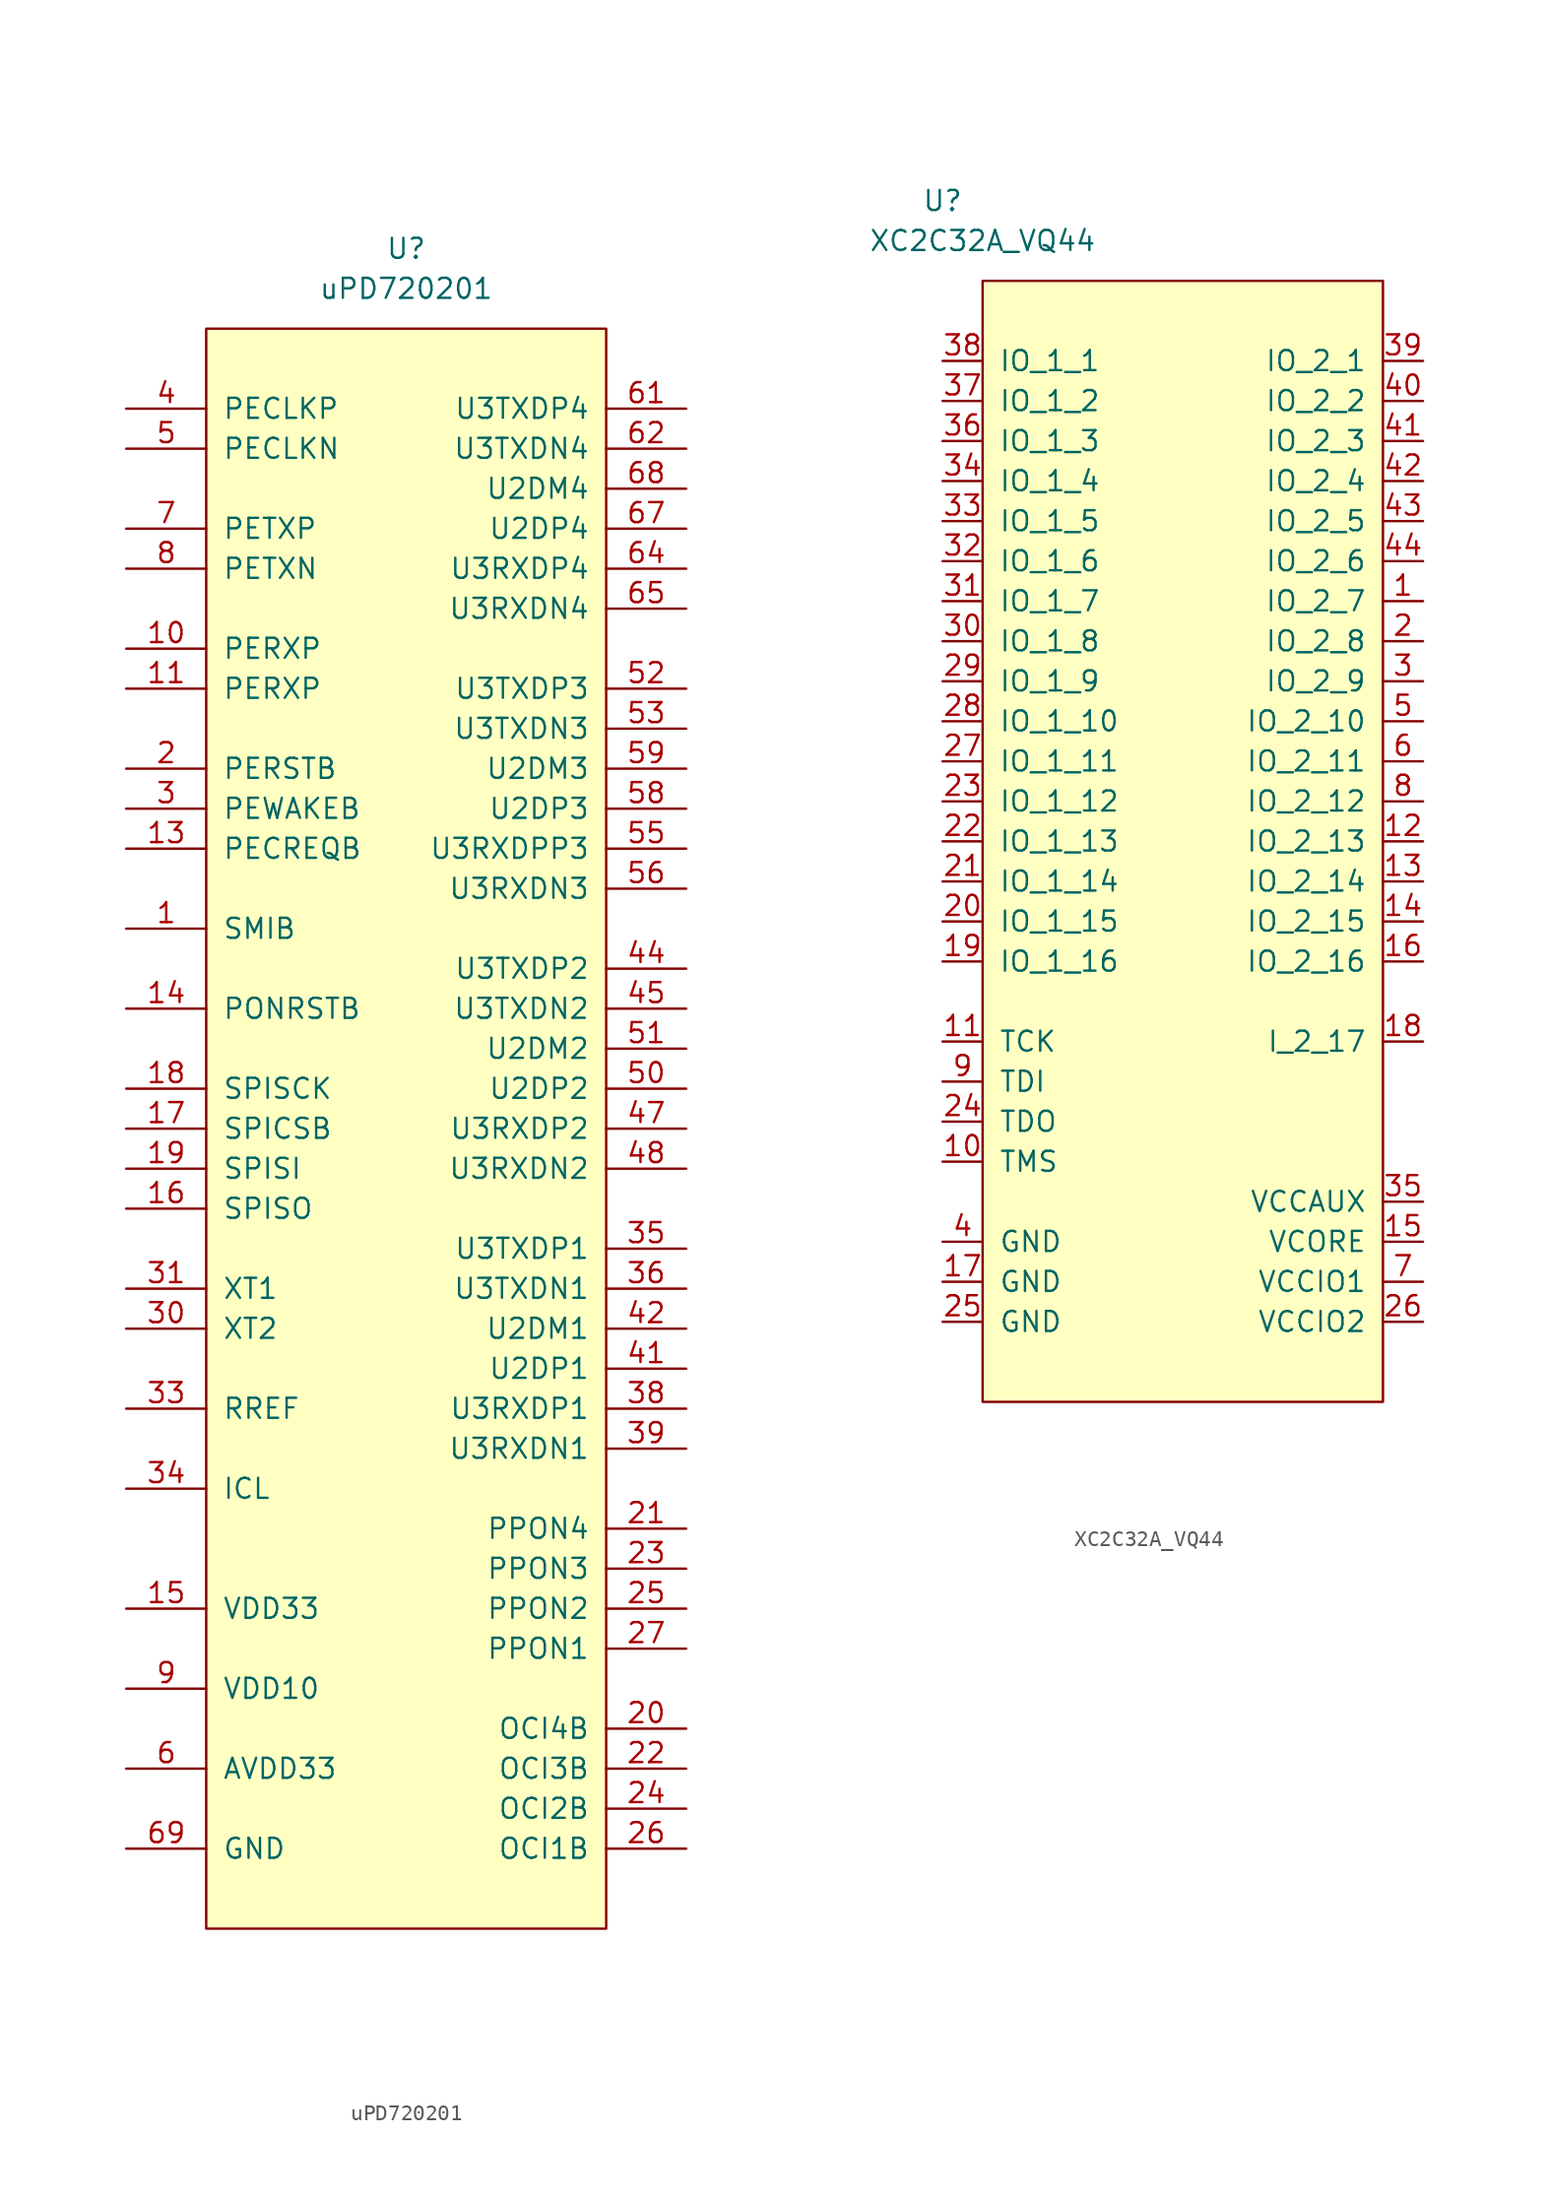
<source format=kicad_sym>
(kicad_symbol_lib
  (version 20231120)
  (generator "kicad_symbol_editor")
  (generator_version "8.0")
  (symbol "uPD720201"
    (pin_names
      (offset 1.016))
    (property "Reference" "U"
      (at 0 0 0)
      (effects (font (size 1.27 1.27))))
    (property "Value" "uPD720201"
      (at 0 -2.54 0)
      (effects (font (size 1.27 1.27))))
    (symbol "uPD720201_0_1"
      (rectangle (start -12.7 -5.08) (end 12.7 -106.68) (stroke (width 0) (type default)) (fill (type background))))
    (symbol "uPD720201_1_1"
      (pin output line (at -17.78 -43.18 0) (length 5.08) (name "SMIB" (effects (font (size 1.27 1.27)))) (number "1" (effects (font (size 1.27 1.27)))))
      (pin input line (at -17.78 -25.4 0) (length 5.08) (name "PERXP" (effects (font (size 1.27 1.27)))) (number "10" (effects (font (size 1.27 1.27)))))
      (pin input line (at -17.78 -27.94 0) (length 5.08) (name "PERXP" (effects (font (size 1.27 1.27)))) (number "11" (effects (font (size 1.27 1.27)))))
      (pin power_in line (at -17.78 -91.44 0) (length 5.08) hide (name "VDD10" (effects (font (size 1.27 1.27)))) (number "12" (effects (font (size 1.27 1.27)))))
      (pin output line (at -17.78 -38.1 0) (length 5.08) (name "PECREQB" (effects (font (size 1.27 1.27)))) (number "13" (effects (font (size 1.27 1.27)))))
      (pin input line (at -17.78 -48.26 0) (length 5.08) (name "PONRSTB" (effects (font (size 1.27 1.27)))) (number "14" (effects (font (size 1.27 1.27)))))
      (pin power_in line (at -17.78 -86.36 0) (length 5.08) (name "VDD33" (effects (font (size 1.27 1.27)))) (number "15" (effects (font (size 1.27 1.27)))))
      (pin input line (at -17.78 -60.96 0) (length 5.08) (name "SPISO" (effects (font (size 1.27 1.27)))) (number "16" (effects (font (size 1.27 1.27)))))
      (pin output line (at -17.78 -55.88 0) (length 5.08) (name "SPICSB" (effects (font (size 1.27 1.27)))) (number "17" (effects (font (size 1.27 1.27)))))
      (pin output line (at -17.78 -53.34 0) (length 5.08) (name "SPISCK" (effects (font (size 1.27 1.27)))) (number "18" (effects (font (size 1.27 1.27)))))
      (pin output line (at -17.78 -58.42 0) (length 5.08) (name "SPISI" (effects (font (size 1.27 1.27)))) (number "19" (effects (font (size 1.27 1.27)))))
      (pin input line (at -17.78 -33.02 0) (length 5.08) (name "PERSTB" (effects (font (size 1.27 1.27)))) (number "2" (effects (font (size 1.27 1.27)))))
      (pin input line (at 17.78 -93.98 180) (length 5.08) (name "OCI4B" (effects (font (size 1.27 1.27)))) (number "20" (effects (font (size 1.27 1.27)))))
      (pin output line (at 17.78 -81.28 180) (length 5.08) (name "PPON4" (effects (font (size 1.27 1.27)))) (number "21" (effects (font (size 1.27 1.27)))))
      (pin input line (at 17.78 -96.52 180) (length 5.08) (name "OCI3B" (effects (font (size 1.27 1.27)))) (number "22" (effects (font (size 1.27 1.27)))))
      (pin output line (at 17.78 -83.82 180) (length 5.08) (name "PPON3" (effects (font (size 1.27 1.27)))) (number "23" (effects (font (size 1.27 1.27)))))
      (pin input line (at 17.78 -99.06 180) (length 5.08) (name "OCI2B" (effects (font (size 1.27 1.27)))) (number "24" (effects (font (size 1.27 1.27)))))
      (pin output line (at 17.78 -86.36 180) (length 5.08) (name "PPON2" (effects (font (size 1.27 1.27)))) (number "25" (effects (font (size 1.27 1.27)))))
      (pin input line (at 17.78 -101.6 180) (length 5.08) (name "OCI1B" (effects (font (size 1.27 1.27)))) (number "26" (effects (font (size 1.27 1.27)))))
      (pin output line (at 17.78 -88.9 180) (length 5.08) (name "PPON1" (effects (font (size 1.27 1.27)))) (number "27" (effects (font (size 1.27 1.27)))))
      (pin power_in line (at -17.78 -91.44 0) (length 5.08) hide (name "VDD10" (effects (font (size 1.27 1.27)))) (number "28" (effects (font (size 1.27 1.27)))))
      (pin power_in line (at -17.78 -86.36 0) (length 5.08) hide (name "VDD33" (effects (font (size 1.27 1.27)))) (number "29" (effects (font (size 1.27 1.27)))))
      (pin input line (at -17.78 -35.56 0) (length 5.08) (name "PEWAKEB" (effects (font (size 1.27 1.27)))) (number "3" (effects (font (size 1.27 1.27)))))
      (pin output line (at -17.78 -68.58 0) (length 5.08) (name "XT2" (effects (font (size 1.27 1.27)))) (number "30" (effects (font (size 1.27 1.27)))))
      (pin input line (at -17.78 -66.04 0) (length 5.08) (name "XT1" (effects (font (size 1.27 1.27)))) (number "31" (effects (font (size 1.27 1.27)))))
      (pin power_in line (at -17.78 -96.52 0) (length 5.08) hide (name "AVDD33" (effects (font (size 1.27 1.27)))) (number "32" (effects (font (size 1.27 1.27)))))
      (pin bidirectional line (at -17.78 -73.66 0) (length 5.08) (name "RREF" (effects (font (size 1.27 1.27)))) (number "33" (effects (font (size 1.27 1.27)))))
      (pin input line (at -17.78 -78.74 0) (length 5.08) (name "ICL" (effects (font (size 1.27 1.27)))) (number "34" (effects (font (size 1.27 1.27)))))
      (pin output line (at 17.78 -63.5 180) (length 5.08) (name "U3TXDP1" (effects (font (size 1.27 1.27)))) (number "35" (effects (font (size 1.27 1.27)))))
      (pin output line (at 17.78 -66.04 180) (length 5.08) (name "U3TXDN1" (effects (font (size 1.27 1.27)))) (number "36" (effects (font (size 1.27 1.27)))))
      (pin power_in line (at -17.78 -91.44 0) (length 5.08) hide (name "VDD10" (effects (font (size 1.27 1.27)))) (number "37" (effects (font (size 1.27 1.27)))))
      (pin input line (at 17.78 -73.66 180) (length 5.08) (name "U3RXDP1" (effects (font (size 1.27 1.27)))) (number "38" (effects (font (size 1.27 1.27)))))
      (pin input line (at 17.78 -76.2 180) (length 5.08) (name "U3RXDN1" (effects (font (size 1.27 1.27)))) (number "39" (effects (font (size 1.27 1.27)))))
      (pin input line (at -17.78 -10.16 0) (length 5.08) (name "PECLKP" (effects (font (size 1.27 1.27)))) (number "4" (effects (font (size 1.27 1.27)))))
      (pin power_in line (at -17.78 -86.36 0) (length 5.08) hide (name "VDD33" (effects (font (size 1.27 1.27)))) (number "40" (effects (font (size 1.27 1.27)))))
      (pin bidirectional line (at 17.78 -71.12 180) (length 5.08) (name "U2DP1" (effects (font (size 1.27 1.27)))) (number "41" (effects (font (size 1.27 1.27)))))
      (pin bidirectional line (at 17.78 -68.58 180) (length 5.08) (name "U2DM1" (effects (font (size 1.27 1.27)))) (number "42" (effects (font (size 1.27 1.27)))))
      (pin power_in line (at -17.78 -91.44 0) (length 5.08) hide (name "VDD10" (effects (font (size 1.27 1.27)))) (number "43" (effects (font (size 1.27 1.27)))))
      (pin output line (at 17.78 -45.72 180) (length 5.08) (name "U3TXDP2" (effects (font (size 1.27 1.27)))) (number "44" (effects (font (size 1.27 1.27)))))
      (pin output line (at 17.78 -48.26 180) (length 5.08) (name "U3TXDN2" (effects (font (size 1.27 1.27)))) (number "45" (effects (font (size 1.27 1.27)))))
      (pin power_in line (at -17.78 -91.44 0) (length 5.08) hide (name "VDD10" (effects (font (size 1.27 1.27)))) (number "46" (effects (font (size 1.27 1.27)))))
      (pin input line (at 17.78 -55.88 180) (length 5.08) (name "U3RXDP2" (effects (font (size 1.27 1.27)))) (number "47" (effects (font (size 1.27 1.27)))))
      (pin input line (at 17.78 -58.42 180) (length 5.08) (name "U3RXDN2" (effects (font (size 1.27 1.27)))) (number "48" (effects (font (size 1.27 1.27)))))
      (pin power_in line (at -17.78 -86.36 0) (length 5.08) hide (name "VDD33" (effects (font (size 1.27 1.27)))) (number "49" (effects (font (size 1.27 1.27)))))
      (pin input line (at -17.78 -12.7 0) (length 5.08) (name "PECLKN" (effects (font (size 1.27 1.27)))) (number "5" (effects (font (size 1.27 1.27)))))
      (pin bidirectional line (at 17.78 -53.34 180) (length 5.08) (name "U2DP2" (effects (font (size 1.27 1.27)))) (number "50" (effects (font (size 1.27 1.27)))))
      (pin bidirectional line (at 17.78 -50.8 180) (length 5.08) (name "U2DM2" (effects (font (size 1.27 1.27)))) (number "51" (effects (font (size 1.27 1.27)))))
      (pin output line (at 17.78 -27.94 180) (length 5.08) (name "U3TXDP3" (effects (font (size 1.27 1.27)))) (number "52" (effects (font (size 1.27 1.27)))))
      (pin output line (at 17.78 -30.48 180) (length 5.08) (name "U3TXDN3" (effects (font (size 1.27 1.27)))) (number "53" (effects (font (size 1.27 1.27)))))
      (pin power_in line (at -17.78 -91.44 0) (length 5.08) hide (name "VDD10" (effects (font (size 1.27 1.27)))) (number "54" (effects (font (size 1.27 1.27)))))
      (pin input line (at 17.78 -38.1 180) (length 5.08) (name "U3RXDPP3" (effects (font (size 1.27 1.27)))) (number "55" (effects (font (size 1.27 1.27)))))
      (pin input line (at 17.78 -40.64 180) (length 5.08) (name "U3RXDN3" (effects (font (size 1.27 1.27)))) (number "56" (effects (font (size 1.27 1.27)))))
      (pin power_in line (at -17.78 -86.36 0) (length 5.08) hide (name "VDD33" (effects (font (size 1.27 1.27)))) (number "57" (effects (font (size 1.27 1.27)))))
      (pin bidirectional line (at 17.78 -35.56 180) (length 5.08) (name "U2DP3" (effects (font (size 1.27 1.27)))) (number "58" (effects (font (size 1.27 1.27)))))
      (pin bidirectional line (at 17.78 -33.02 180) (length 5.08) (name "U2DM3" (effects (font (size 1.27 1.27)))) (number "59" (effects (font (size 1.27 1.27)))))
      (pin power_in line (at -17.78 -96.52 0) (length 5.08) (name "AVDD33" (effects (font (size 1.27 1.27)))) (number "6" (effects (font (size 1.27 1.27)))))
      (pin power_in line (at -17.78 -91.44 0) (length 5.08) hide (name "VDD10" (effects (font (size 1.27 1.27)))) (number "60" (effects (font (size 1.27 1.27)))))
      (pin output line (at 17.78 -10.16 180) (length 5.08) (name "U3TXDP4" (effects (font (size 1.27 1.27)))) (number "61" (effects (font (size 1.27 1.27)))))
      (pin output line (at 17.78 -12.7 180) (length 5.08) (name "U3TXDN4" (effects (font (size 1.27 1.27)))) (number "62" (effects (font (size 1.27 1.27)))))
      (pin power_in line (at -17.78 -91.44 0) (length 5.08) hide (name "VDD10" (effects (font (size 1.27 1.27)))) (number "63" (effects (font (size 1.27 1.27)))))
      (pin input line (at 17.78 -20.32 180) (length 5.08) (name "U3RXDP4" (effects (font (size 1.27 1.27)))) (number "64" (effects (font (size 1.27 1.27)))))
      (pin input line (at 17.78 -22.86 180) (length 5.08) (name "U3RXDN4" (effects (font (size 1.27 1.27)))) (number "65" (effects (font (size 1.27 1.27)))))
      (pin power_in line (at -17.78 -86.36 0) (length 5.08) hide (name "VDD33" (effects (font (size 1.27 1.27)))) (number "66" (effects (font (size 1.27 1.27)))))
      (pin bidirectional line (at 17.78 -17.78 180) (length 5.08) (name "U2DP4" (effects (font (size 1.27 1.27)))) (number "67" (effects (font (size 1.27 1.27)))))
      (pin bidirectional line (at 17.78 -15.24 180) (length 5.08) (name "U2DM4" (effects (font (size 1.27 1.27)))) (number "68" (effects (font (size 1.27 1.27)))))
      (pin power_in line (at -17.78 -101.6 0) (length 5.08) (name "GND" (effects (font (size 1.27 1.27)))) (number "69" (effects (font (size 1.27 1.27)))))
      (pin output line (at -17.78 -17.78 0) (length 5.08) (name "PETXP" (effects (font (size 1.27 1.27)))) (number "7" (effects (font (size 1.27 1.27)))))
      (pin output line (at -17.78 -20.32 0) (length 5.08) (name "PETXN" (effects (font (size 1.27 1.27)))) (number "8" (effects (font (size 1.27 1.27)))))
      (pin power_in line (at -17.78 -91.44 0) (length 5.08) (name "VDD10" (effects (font (size 1.27 1.27)))) (number "9" (effects (font (size 1.27 1.27)))))))
  (symbol "XC2C32A_VQ44"
    (pin_names
      (offset 1.016))
    (property "Reference" "U"
      (at -15.24 38.1 0)
      (effects (font (size 1.27 1.27))))
    (property "Value" "XC2C32A_VQ44"
      (at -12.7 35.56 0)
      (effects (font (size 1.27 1.27))))
    (symbol "XC2C32A_VQ44_0_1"
      (rectangle (start -12.7 33.02) (end 12.7 -38.1) (stroke (width 0) (type default)) (fill (type background))))
    (symbol "XC2C32A_VQ44_1_1"
      (pin bidirectional line (at 15.24 12.7 180) (length 2.54) (name "IO_2_7" (effects (font (size 1.27 1.27)))) (number "1" (effects (font (size 1.27 1.27)))))
      (pin input line (at -15.24 -22.86 0) (length 2.54) (name "TMS" (effects (font (size 1.27 1.27)))) (number "10" (effects (font (size 1.27 1.27)))))
      (pin input line (at -15.24 -15.24 0) (length 2.54) (name "TCK" (effects (font (size 1.27 1.27)))) (number "11" (effects (font (size 1.27 1.27)))))
      (pin bidirectional line (at 15.24 -2.54 180) (length 2.54) (name "IO_2_13" (effects (font (size 1.27 1.27)))) (number "12" (effects (font (size 1.27 1.27)))))
      (pin bidirectional line (at 15.24 -5.08 180) (length 2.54) (name "IO_2_14" (effects (font (size 1.27 1.27)))) (number "13" (effects (font (size 1.27 1.27)))))
      (pin bidirectional line (at 15.24 -7.62 180) (length 2.54) (name "IO_2_15" (effects (font (size 1.27 1.27)))) (number "14" (effects (font (size 1.27 1.27)))))
      (pin power_in line (at 15.24 -27.94 180) (length 2.54) (name "VCORE" (effects (font (size 1.27 1.27)))) (number "15" (effects (font (size 1.27 1.27)))))
      (pin bidirectional line (at 15.24 -10.16 180) (length 2.54) (name "IO_2_16" (effects (font (size 1.27 1.27)))) (number "16" (effects (font (size 1.27 1.27)))))
      (pin power_in line (at -15.24 -30.48 0) (length 2.54) (name "GND" (effects (font (size 1.27 1.27)))) (number "17" (effects (font (size 1.27 1.27)))))
      (pin input line (at 15.24 -15.24 180) (length 2.54) (name "I_2_17" (effects (font (size 1.27 1.27)))) (number "18" (effects (font (size 1.27 1.27)))))
      (pin bidirectional line (at -15.24 -10.16 0) (length 2.54) (name "IO_1_16" (effects (font (size 1.27 1.27)))) (number "19" (effects (font (size 1.27 1.27)))))
      (pin bidirectional line (at 15.24 10.16 180) (length 2.54) (name "IO_2_8" (effects (font (size 1.27 1.27)))) (number "2" (effects (font (size 1.27 1.27)))))
      (pin bidirectional line (at -15.24 -7.62 0) (length 2.54) (name "IO_1_15" (effects (font (size 1.27 1.27)))) (number "20" (effects (font (size 1.27 1.27)))))
      (pin bidirectional line (at -15.24 -5.08 0) (length 2.54) (name "IO_1_14" (effects (font (size 1.27 1.27)))) (number "21" (effects (font (size 1.27 1.27)))))
      (pin bidirectional line (at -15.24 -2.54 0) (length 2.54) (name "IO_1_13" (effects (font (size 1.27 1.27)))) (number "22" (effects (font (size 1.27 1.27)))))
      (pin bidirectional line (at -15.24 0 0) (length 2.54) (name "IO_1_12" (effects (font (size 1.27 1.27)))) (number "23" (effects (font (size 1.27 1.27)))))
      (pin output line (at -15.24 -20.32 0) (length 2.54) (name "TDO" (effects (font (size 1.27 1.27)))) (number "24" (effects (font (size 1.27 1.27)))))
      (pin power_in line (at -15.24 -33.02 0) (length 2.54) (name "GND" (effects (font (size 1.27 1.27)))) (number "25" (effects (font (size 1.27 1.27)))))
      (pin power_in line (at 15.24 -33.02 180) (length 2.54) (name "VCCIO2" (effects (font (size 1.27 1.27)))) (number "26" (effects (font (size 1.27 1.27)))))
      (pin bidirectional line (at -15.24 2.54 0) (length 2.54) (name "IO_1_11" (effects (font (size 1.27 1.27)))) (number "27" (effects (font (size 1.27 1.27)))))
      (pin bidirectional line (at -15.24 5.08 0) (length 2.54) (name "IO_1_10" (effects (font (size 1.27 1.27)))) (number "28" (effects (font (size 1.27 1.27)))))
      (pin bidirectional line (at -15.24 7.62 0) (length 2.54) (name "IO_1_9" (effects (font (size 1.27 1.27)))) (number "29" (effects (font (size 1.27 1.27)))))
      (pin bidirectional line (at 15.24 7.62 180) (length 2.54) (name "IO_2_9" (effects (font (size 1.27 1.27)))) (number "3" (effects (font (size 1.27 1.27)))))
      (pin bidirectional line (at -15.24 10.16 0) (length 2.54) (name "IO_1_8" (effects (font (size 1.27 1.27)))) (number "30" (effects (font (size 1.27 1.27)))))
      (pin bidirectional line (at -15.24 12.7 0) (length 2.54) (name "IO_1_7" (effects (font (size 1.27 1.27)))) (number "31" (effects (font (size 1.27 1.27)))))
      (pin bidirectional line (at -15.24 15.24 0) (length 2.54) (name "IO_1_6" (effects (font (size 1.27 1.27)))) (number "32" (effects (font (size 1.27 1.27)))))
      (pin bidirectional line (at -15.24 17.78 0) (length 2.54) (name "IO_1_5" (effects (font (size 1.27 1.27)))) (number "33" (effects (font (size 1.27 1.27)))))
      (pin bidirectional line (at -15.24 20.32 0) (length 2.54) (name "IO_1_4" (effects (font (size 1.27 1.27)))) (number "34" (effects (font (size 1.27 1.27)))))
      (pin power_in line (at 15.24 -25.4 180) (length 2.54) (name "VCCAUX" (effects (font (size 1.27 1.27)))) (number "35" (effects (font (size 1.27 1.27)))))
      (pin bidirectional line (at -15.24 22.86 0) (length 2.54) (name "IO_1_3" (effects (font (size 1.27 1.27)))) (number "36" (effects (font (size 1.27 1.27)))))
      (pin bidirectional line (at -15.24 25.4 0) (length 2.54) (name "IO_1_2" (effects (font (size 1.27 1.27)))) (number "37" (effects (font (size 1.27 1.27)))))
      (pin bidirectional line (at -15.24 27.94 0) (length 2.54) (name "IO_1_1" (effects (font (size 1.27 1.27)))) (number "38" (effects (font (size 1.27 1.27)))))
      (pin bidirectional line (at 15.24 27.94 180) (length 2.54) (name "IO_2_1" (effects (font (size 1.27 1.27)))) (number "39" (effects (font (size 1.27 1.27)))))
      (pin power_in line (at -15.24 -27.94 0) (length 2.54) (name "GND" (effects (font (size 1.27 1.27)))) (number "4" (effects (font (size 1.27 1.27)))))
      (pin bidirectional line (at 15.24 25.4 180) (length 2.54) (name "IO_2_2" (effects (font (size 1.27 1.27)))) (number "40" (effects (font (size 1.27 1.27)))))
      (pin bidirectional line (at 15.24 22.86 180) (length 2.54) (name "IO_2_3" (effects (font (size 1.27 1.27)))) (number "41" (effects (font (size 1.27 1.27)))))
      (pin bidirectional line (at 15.24 20.32 180) (length 2.54) (name "IO_2_4" (effects (font (size 1.27 1.27)))) (number "42" (effects (font (size 1.27 1.27)))))
      (pin bidirectional line (at 15.24 17.78 180) (length 2.54) (name "IO_2_5" (effects (font (size 1.27 1.27)))) (number "43" (effects (font (size 1.27 1.27)))))
      (pin bidirectional line (at 15.24 15.24 180) (length 2.54) (name "IO_2_6" (effects (font (size 1.27 1.27)))) (number "44" (effects (font (size 1.27 1.27)))))
      (pin bidirectional line (at 15.24 5.08 180) (length 2.54) (name "IO_2_10" (effects (font (size 1.27 1.27)))) (number "5" (effects (font (size 1.27 1.27)))))
      (pin bidirectional line (at 15.24 2.54 180) (length 2.54) (name "IO_2_11" (effects (font (size 1.27 1.27)))) (number "6" (effects (font (size 1.27 1.27)))))
      (pin power_in line (at 15.24 -30.48 180) (length 2.54) (name "VCCIO1" (effects (font (size 1.27 1.27)))) (number "7" (effects (font (size 1.27 1.27)))))
      (pin bidirectional line (at 15.24 0 180) (length 2.54) (name "IO_2_12" (effects (font (size 1.27 1.27)))) (number "8" (effects (font (size 1.27 1.27)))))
      (pin input line (at -15.24 -17.78 0) (length 2.54) (name "TDI" (effects (font (size 1.27 1.27)))) (number "9" (effects (font (size 1.27 1.27))))))))
</source>
